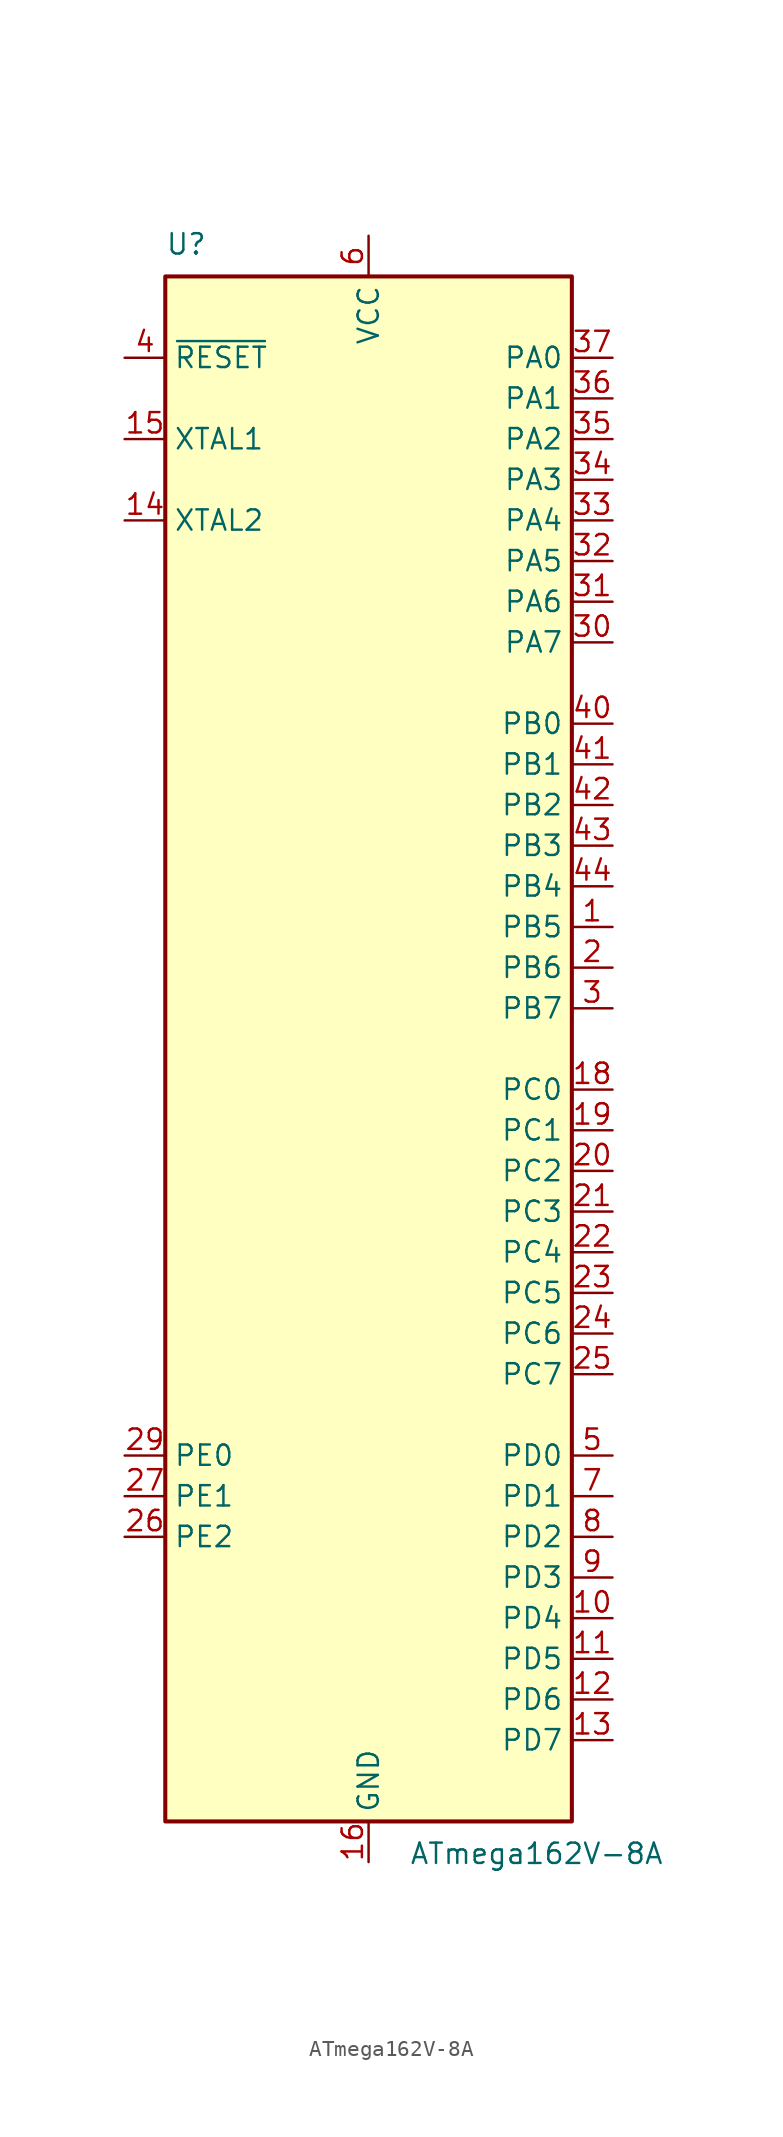
<source format=kicad_sym>
(kicad_symbol_lib
  (version 20201005)
  (generator kicad_symbol_editor)
  (symbol "MCU_Microchip_ATmega:ATmega162V-8A"
    (property "Reference" "U"
      (at -12.7 49.53 0)
      (effects (font (size 1.27 1.27)) (justify left bottom)))
    (property "Value" "ATmega162V-8A"
      (at 2.54 -49.53 0)
      (effects (font (size 1.27 1.27)) (justify left top)))
    (symbol "ATmega162V-8A_0_1"
      (rectangle (start -12.7 -48.26) (end 12.7 48.26) (stroke (width 0.254)) (fill (type background))))
    (symbol "ATmega162V-8A_1_1"
      (pin bidirectional line (at 15.24 7.62 180) (length 2.54) (name "PB5" (effects (font (size 1.27 1.27)))) (number "1" (effects (font (size 1.27 1.27)))))
      (pin bidirectional line (at 15.24 -35.56 180) (length 2.54) (name "PD4" (effects (font (size 1.27 1.27)))) (number "10" (effects (font (size 1.27 1.27)))))
      (pin bidirectional line (at 15.24 -38.1 180) (length 2.54) (name "PD5" (effects (font (size 1.27 1.27)))) (number "11" (effects (font (size 1.27 1.27)))))
      (pin bidirectional line (at 15.24 -40.64 180) (length 2.54) (name "PD6" (effects (font (size 1.27 1.27)))) (number "12" (effects (font (size 1.27 1.27)))))
      (pin bidirectional line (at 15.24 -43.18 180) (length 2.54) (name "PD7" (effects (font (size 1.27 1.27)))) (number "13" (effects (font (size 1.27 1.27)))))
      (pin output line (at -15.24 33.02 0) (length 2.54) (name "XTAL2" (effects (font (size 1.27 1.27)))) (number "14" (effects (font (size 1.27 1.27)))))
      (pin input line (at -15.24 38.1 0) (length 2.54) (name "XTAL1" (effects (font (size 1.27 1.27)))) (number "15" (effects (font (size 1.27 1.27)))))
      (pin power_in line (at 0 -50.8 90) (length 2.54) (name "GND" (effects (font (size 1.27 1.27)))) (number "16" (effects (font (size 1.27 1.27)))))
      (pin passive line (at 0 50.8 270) (length 2.54) hide (name "VCC" (effects (font (size 1.27 1.27)))) (number "17" (effects (font (size 1.27 1.27)))))
      (pin bidirectional line (at 15.24 -2.54 180) (length 2.54) (name "PC0" (effects (font (size 1.27 1.27)))) (number "18" (effects (font (size 1.27 1.27)))))
      (pin bidirectional line (at 15.24 -5.08 180) (length 2.54) (name "PC1" (effects (font (size 1.27 1.27)))) (number "19" (effects (font (size 1.27 1.27)))))
      (pin bidirectional line (at 15.24 5.08 180) (length 2.54) (name "PB6" (effects (font (size 1.27 1.27)))) (number "2" (effects (font (size 1.27 1.27)))))
      (pin bidirectional line (at 15.24 -7.62 180) (length 2.54) (name "PC2" (effects (font (size 1.27 1.27)))) (number "20" (effects (font (size 1.27 1.27)))))
      (pin bidirectional line (at 15.24 -10.16 180) (length 2.54) (name "PC3" (effects (font (size 1.27 1.27)))) (number "21" (effects (font (size 1.27 1.27)))))
      (pin bidirectional line (at 15.24 -12.7 180) (length 2.54) (name "PC4" (effects (font (size 1.27 1.27)))) (number "22" (effects (font (size 1.27 1.27)))))
      (pin bidirectional line (at 15.24 -15.24 180) (length 2.54) (name "PC5" (effects (font (size 1.27 1.27)))) (number "23" (effects (font (size 1.27 1.27)))))
      (pin bidirectional line (at 15.24 -17.78 180) (length 2.54) (name "PC6" (effects (font (size 1.27 1.27)))) (number "24" (effects (font (size 1.27 1.27)))))
      (pin bidirectional line (at 15.24 -20.32 180) (length 2.54) (name "PC7" (effects (font (size 1.27 1.27)))) (number "25" (effects (font (size 1.27 1.27)))))
      (pin bidirectional line (at -15.24 -30.48 0) (length 2.54) (name "PE2" (effects (font (size 1.27 1.27)))) (number "26" (effects (font (size 1.27 1.27)))))
      (pin bidirectional line (at -15.24 -27.94 0) (length 2.54) (name "PE1" (effects (font (size 1.27 1.27)))) (number "27" (effects (font (size 1.27 1.27)))))
      (pin passive line (at 0 -50.8 90) (length 2.54) hide (name "GND" (effects (font (size 1.27 1.27)))) (number "28" (effects (font (size 1.27 1.27)))))
      (pin bidirectional line (at -15.24 -25.4 0) (length 2.54) (name "PE0" (effects (font (size 1.27 1.27)))) (number "29" (effects (font (size 1.27 1.27)))))
      (pin bidirectional line (at 15.24 2.54 180) (length 2.54) (name "PB7" (effects (font (size 1.27 1.27)))) (number "3" (effects (font (size 1.27 1.27)))))
      (pin bidirectional line (at 15.24 25.4 180) (length 2.54) (name "PA7" (effects (font (size 1.27 1.27)))) (number "30" (effects (font (size 1.27 1.27)))))
      (pin bidirectional line (at 15.24 27.94 180) (length 2.54) (name "PA6" (effects (font (size 1.27 1.27)))) (number "31" (effects (font (size 1.27 1.27)))))
      (pin bidirectional line (at 15.24 30.48 180) (length 2.54) (name "PA5" (effects (font (size 1.27 1.27)))) (number "32" (effects (font (size 1.27 1.27)))))
      (pin bidirectional line (at 15.24 33.02 180) (length 2.54) (name "PA4" (effects (font (size 1.27 1.27)))) (number "33" (effects (font (size 1.27 1.27)))))
      (pin bidirectional line (at 15.24 35.56 180) (length 2.54) (name "PA3" (effects (font (size 1.27 1.27)))) (number "34" (effects (font (size 1.27 1.27)))))
      (pin bidirectional line (at 15.24 38.1 180) (length 2.54) (name "PA2" (effects (font (size 1.27 1.27)))) (number "35" (effects (font (size 1.27 1.27)))))
      (pin bidirectional line (at 15.24 40.64 180) (length 2.54) (name "PA1" (effects (font (size 1.27 1.27)))) (number "36" (effects (font (size 1.27 1.27)))))
      (pin bidirectional line (at 15.24 43.18 180) (length 2.54) (name "PA0" (effects (font (size 1.27 1.27)))) (number "37" (effects (font (size 1.27 1.27)))))
      (pin passive line (at 0 50.8 270) (length 2.54) hide (name "VCC" (effects (font (size 1.27 1.27)))) (number "38" (effects (font (size 1.27 1.27)))))
      (pin passive line (at 0 -50.8 90) (length 2.54) hide (name "GND" (effects (font (size 1.27 1.27)))) (number "39" (effects (font (size 1.27 1.27)))))
      (pin input line (at -15.24 43.18 0) (length 2.54) (name "~RESET" (effects (font (size 1.27 1.27)))) (number "4" (effects (font (size 1.27 1.27)))))
      (pin bidirectional line (at 15.24 20.32 180) (length 2.54) (name "PB0" (effects (font (size 1.27 1.27)))) (number "40" (effects (font (size 1.27 1.27)))))
      (pin bidirectional line (at 15.24 17.78 180) (length 2.54) (name "PB1" (effects (font (size 1.27 1.27)))) (number "41" (effects (font (size 1.27 1.27)))))
      (pin bidirectional line (at 15.24 15.24 180) (length 2.54) (name "PB2" (effects (font (size 1.27 1.27)))) (number "42" (effects (font (size 1.27 1.27)))))
      (pin bidirectional line (at 15.24 12.7 180) (length 2.54) (name "PB3" (effects (font (size 1.27 1.27)))) (number "43" (effects (font (size 1.27 1.27)))))
      (pin bidirectional line (at 15.24 10.16 180) (length 2.54) (name "PB4" (effects (font (size 1.27 1.27)))) (number "44" (effects (font (size 1.27 1.27)))))
      (pin bidirectional line (at 15.24 -25.4 180) (length 2.54) (name "PD0" (effects (font (size 1.27 1.27)))) (number "5" (effects (font (size 1.27 1.27)))))
      (pin power_in line (at 0 50.8 270) (length 2.54) (name "VCC" (effects (font (size 1.27 1.27)))) (number "6" (effects (font (size 1.27 1.27)))))
      (pin bidirectional line (at 15.24 -27.94 180) (length 2.54) (name "PD1" (effects (font (size 1.27 1.27)))) (number "7" (effects (font (size 1.27 1.27)))))
      (pin bidirectional line (at 15.24 -30.48 180) (length 2.54) (name "PD2" (effects (font (size 1.27 1.27)))) (number "8" (effects (font (size 1.27 1.27)))))
      (pin bidirectional line (at 15.24 -33.02 180) (length 2.54) (name "PD3" (effects (font (size 1.27 1.27)))) (number "9" (effects (font (size 1.27 1.27))))))))
</source>
